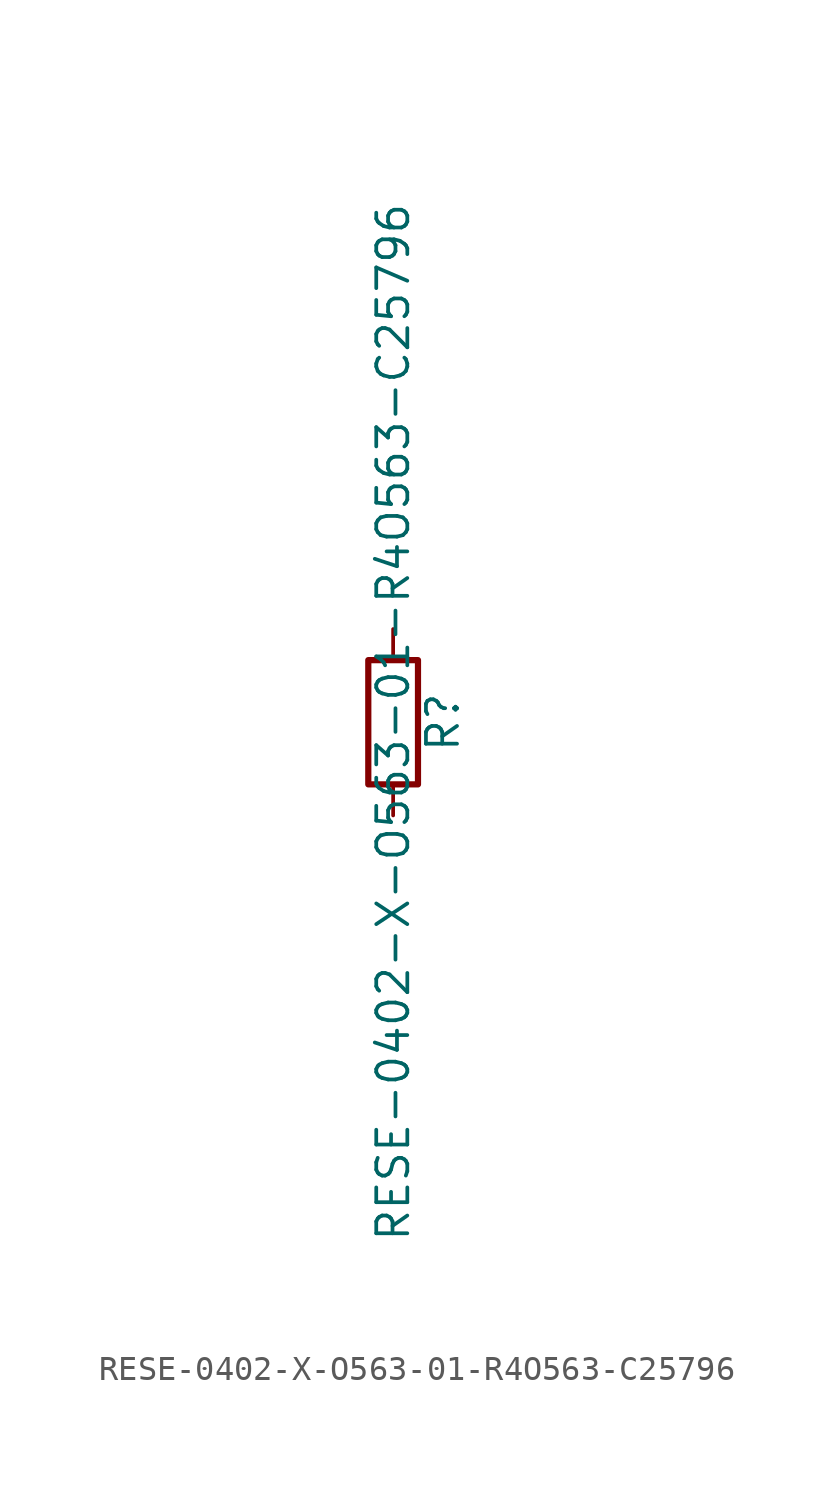
<source format=kicad_sym>
(kicad_symbol_lib
  (version 20211014)
  (generator kicad_symbol_editor)
  (symbol "RESE-0402-X-O563-01-R4O563-C25796"
    (pin_numbers hide)
    (pin_names
      (offset 0))
    (property "Reference" "R"
      (at 2.032 0 90)
      (effects (font (size 1.27 1.27))))
    (property "Value" "RESE-0402-X-O563-01-R4O563-C25796"
      (at 0 0 90)
      (effects (font (size 1.27 1.27))))
    (symbol "RESE-0402-X-O563-01-R4O563-C25796_0_1"
      (rectangle (start -1.016 -2.54) (end 1.016 2.54) (stroke (width 0.254) (type default) (color 0 0 0 0)) (fill (type none))))
    (symbol "RESE-0402-X-O563-01-R4O563-C25796_1_1"
      (pin passive line (at 0 3.81 270) (length 1.27) (name "~" (effects (font (size 1.27 1.27)))) (number "1" (effects (font (size 1.27 1.27)))))
      (pin passive line (at 0 -3.81 90) (length 1.27) (name "~" (effects (font (size 1.27 1.27)))) (number "2" (effects (font (size 1.27 1.27))))))))
</source>
